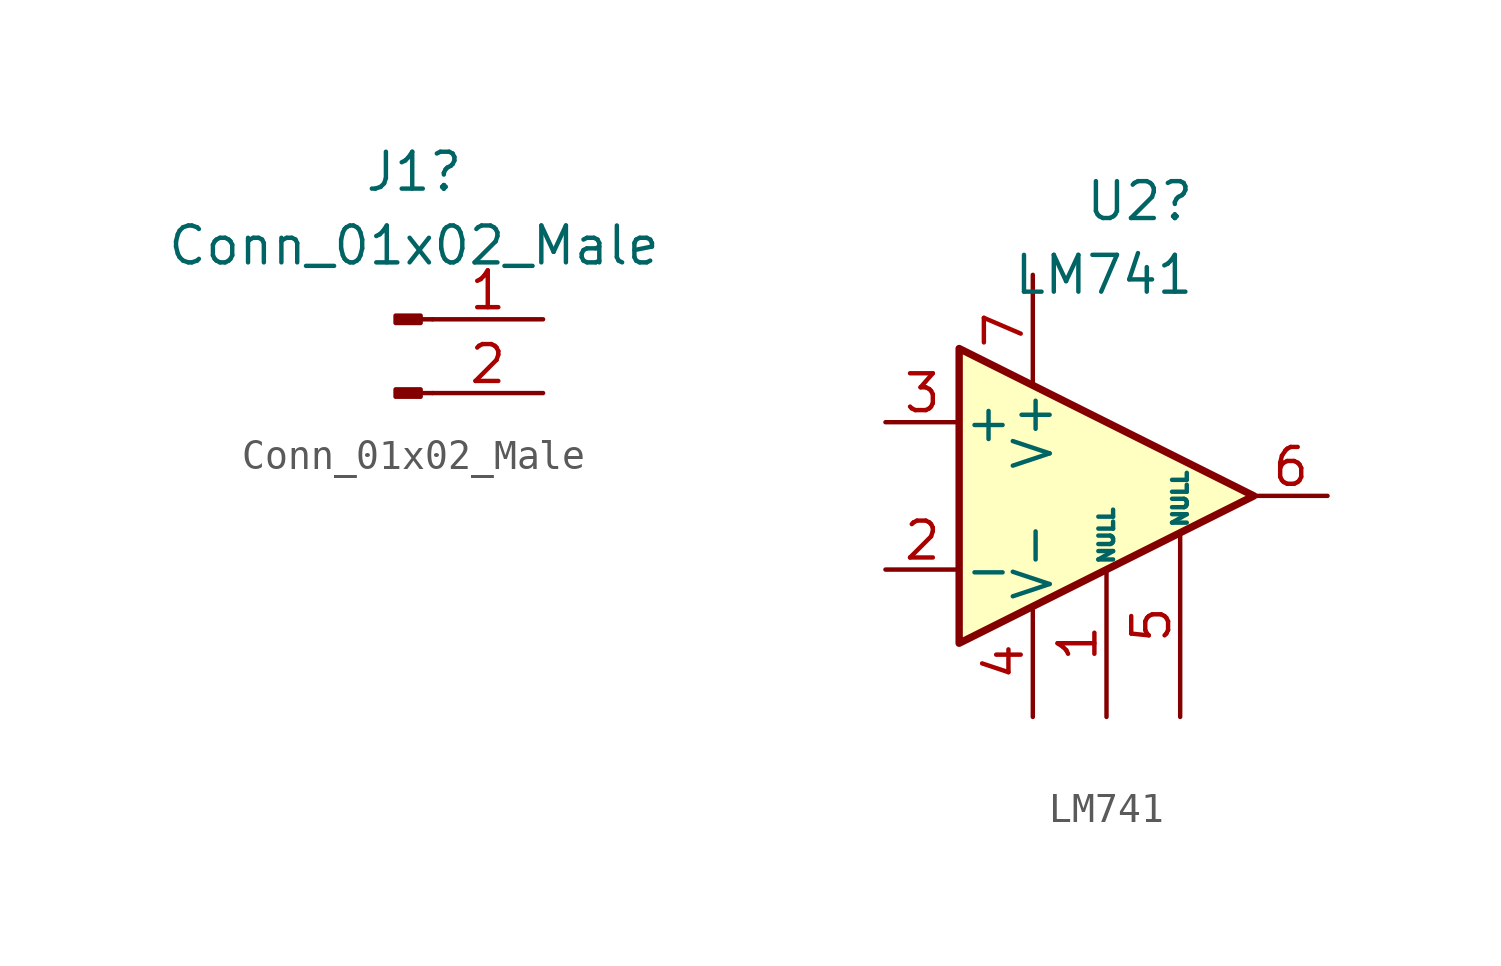
<source format=kicad_sym>
(kicad_symbol_lib
  (version 20211014)
  (generator kicad_symbol_editor)
  (symbol "Conn_01x02_Male"
    (pin_names
      (offset 1.016) hide)
    (property "Reference" "J1"
      (at 0.635 5.08 0)
      (effects (font (size 1.27 1.27))))
    (property "Value" "Conn_01x02_Male"
      (at 0.635 2.54 0)
      (effects (font (size 1.27 1.27))))
    (symbol "Conn_01x02_Male_1_1"
      (polyline (pts (xy 1.27 -2.54) (xy 0.864 -2.54)) (stroke (width 0.152) (type default) (color 0 0 0 0)) (fill (type none)))
      (polyline (pts (xy 1.27 0) (xy 0.864 0)) (stroke (width 0.152) (type default) (color 0 0 0 0)) (fill (type none)))
      (rectangle (start 0.864 -2.413) (end 0 -2.667) (stroke (width 0.152) (type default) (color 0 0 0 0)) (fill (type outline)))
      (rectangle (start 0.864 0.127) (end 0 -0.127) (stroke (width 0.152) (type default) (color 0 0 0 0)) (fill (type outline)))
      (pin power_out line (at 5.08 0 180) (length 3.81) (name "Pin_1" (effects (font (size 1.27 1.27)))) (number "1" (effects (font (size 1.27 1.27)))))
      (pin power_out line (at 5.08 -2.54 180) (length 3.81) (name "Pin_2" (effects (font (size 1.27 1.27)))) (number "2" (effects (font (size 1.27 1.27)))))))
  (symbol "LM741"
    (pin_names
      (offset 0.127))
    (property "Reference" "U2"
      (at 3.061 10.16 0)
      (effects (font (size 1.27 1.27)) (justify right)))
    (property "Value" "LM741"
      (at 3.061 7.62 0)
      (effects (font (size 1.27 1.27)) (justify right)))
    (symbol "LM741_0_1"
      (polyline (pts (xy -5.08 5.08) (xy 5.08 0) (xy -5.08 -5.08) (xy -5.08 5.08)) (stroke (width 0.254) (type default) (color 0 0 0 0)) (fill (type background))))
    (symbol "LM741_1_1"
      (pin input line (at 0 -7.62 90) (length 5.08) (name "NULL" (effects (font (size 0.508 0.508)))) (number "1" (effects (font (size 1.27 1.27)))))
      (pin input line (at -7.62 -2.54 0) (length 2.54) (name "-" (effects (font (size 1.27 1.27)))) (number "2" (effects (font (size 1.27 1.27)))))
      (pin input line (at -7.62 2.54 0) (length 2.54) (name "+" (effects (font (size 1.27 1.27)))) (number "3" (effects (font (size 1.27 1.27)))))
      (pin power_in line (at -2.54 -7.62 90) (length 3.81) (name "V-" (effects (font (size 1.27 1.27)))) (number "4" (effects (font (size 1.27 1.27)))))
      (pin input line (at 2.54 -7.62 90) (length 6.35) (name "NULL" (effects (font (size 0.508 0.508)))) (number "5" (effects (font (size 1.27 1.27)))))
      (pin power_out line (at 7.62 0 180) (length 2.54) (name "~" (effects (font (size 1.27 1.27)))) (number "6" (effects (font (size 1.27 1.27)))))
      (pin power_in line (at -2.54 7.62 270) (length 3.81) (name "V+" (effects (font (size 1.27 1.27)))) (number "7" (effects (font (size 1.27 1.27)))))
      (pin no_connect line (at 0 2.54 270) (length 2.54) hide (name "NC" (effects (font (size 1.27 1.27)))) (number "8" (effects (font (size 1.27 1.27))))))))
</source>
